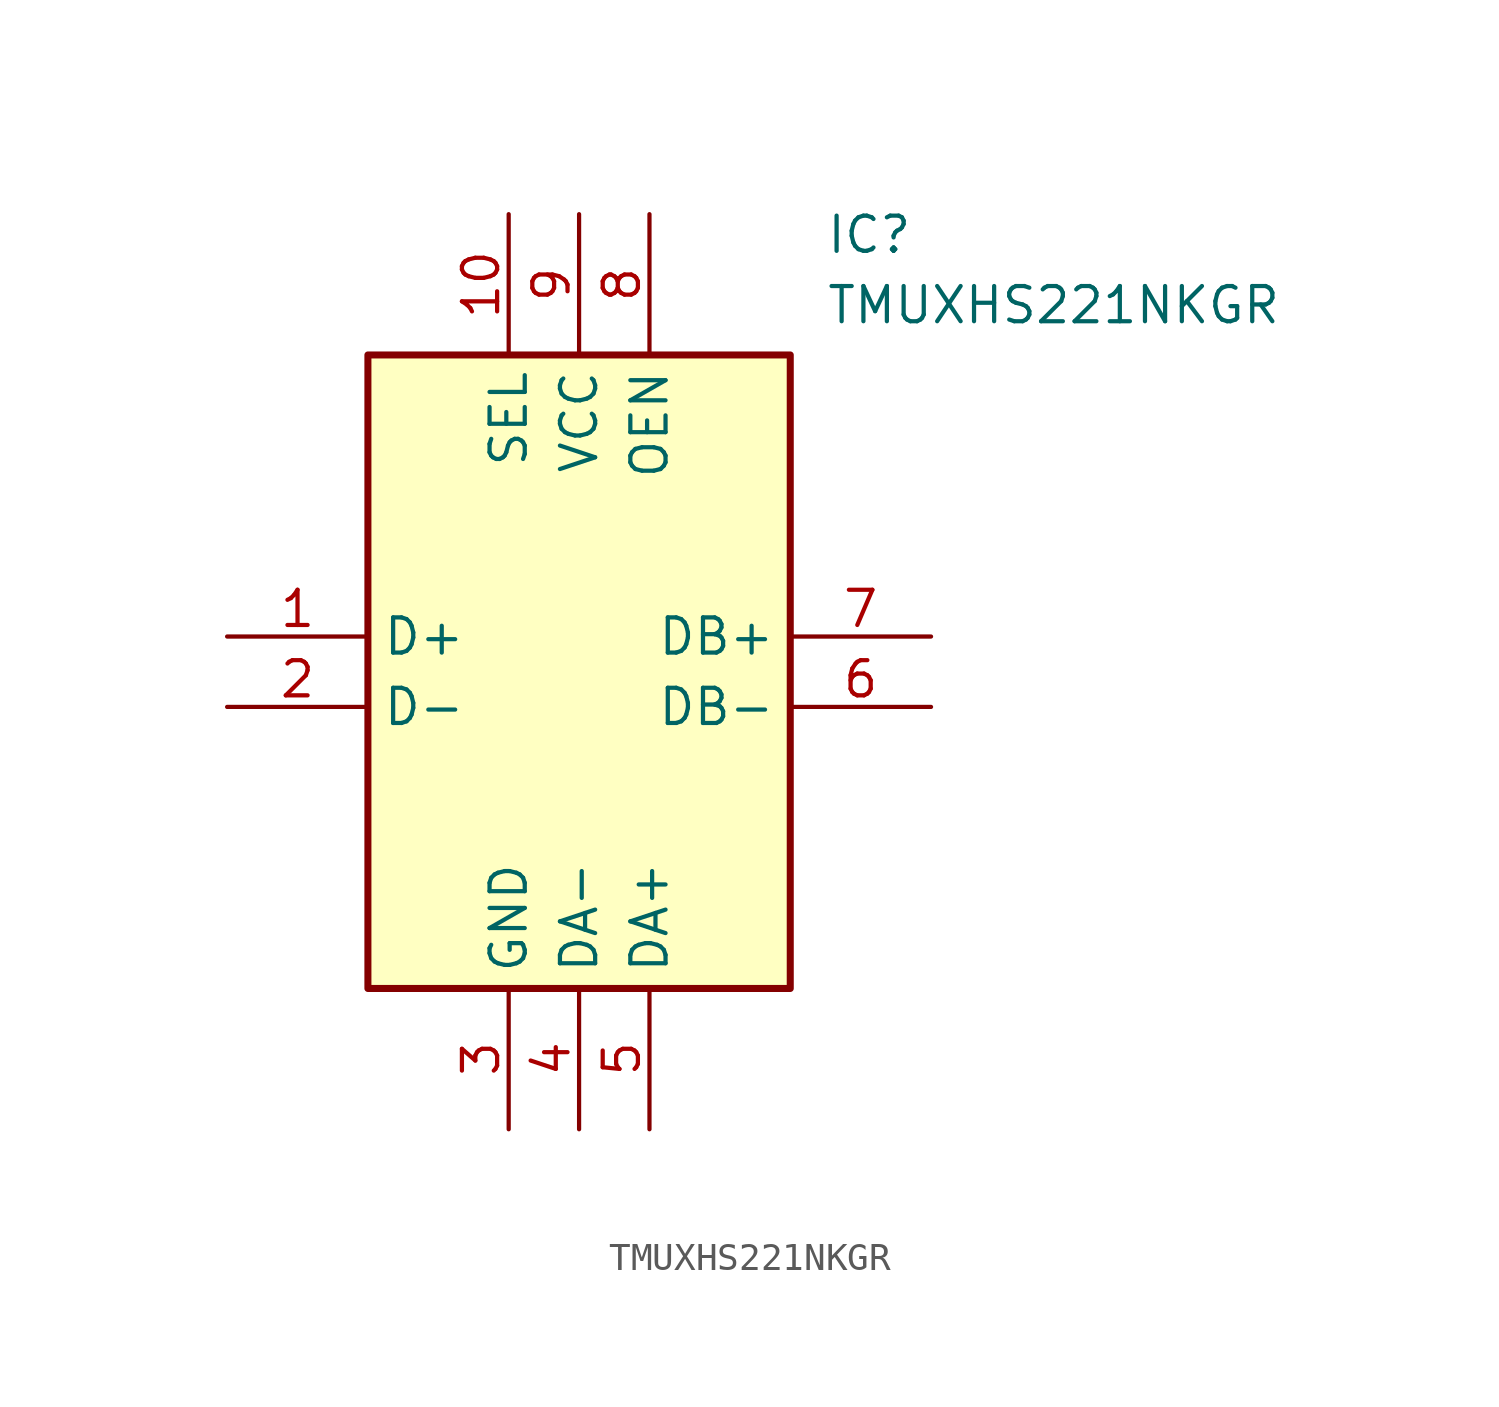
<source format=kicad_sym>
(kicad_symbol_lib
  (version 20211014)
  (generator SamacSys_ECAD_Model)
  (symbol "TMUXHS221NKGR"
    (property "Reference" "IC"
      (at 21.59 15.24 0)
      (effects (font (size 1.27 1.27)) (justify left top)))
    (property "Value" "TMUXHS221NKGR"
      (at 21.59 12.7 0)
      (effects (font (size 1.27 1.27)) (justify left top)))
    (rectangle
      (start 5.08 10.16)
      (end 20.32 -12.7)
      (stroke (width 0.254) (type default))
      (fill (type background)))
    (pin passive line
      (at 0 0 0)
      (length 5.08)
      (name "D+" (effects (font (size 1.27 1.27))))
      (number "1" (effects (font (size 1.27 1.27)))))
    (pin passive line
      (at 0 -2.54 0)
      (length 5.08)
      (name "D-" (effects (font (size 1.27 1.27))))
      (number "2" (effects (font (size 1.27 1.27)))))
    (pin passive line
      (at 10.16 -17.78 90)
      (length 5.08)
      (name "GND" (effects (font (size 1.27 1.27))))
      (number "3" (effects (font (size 1.27 1.27)))))
    (pin passive line
      (at 12.7 -17.78 90)
      (length 5.08)
      (name "DA-" (effects (font (size 1.27 1.27))))
      (number "4" (effects (font (size 1.27 1.27)))))
    (pin passive line
      (at 15.24 -17.78 90)
      (length 5.08)
      (name "DA+" (effects (font (size 1.27 1.27))))
      (number "5" (effects (font (size 1.27 1.27)))))
    (pin passive line
      (at 25.4 -2.54 180)
      (length 5.08)
      (name "DB-" (effects (font (size 1.27 1.27))))
      (number "6" (effects (font (size 1.27 1.27)))))
    (pin passive line
      (at 25.4 0 180)
      (length 5.08)
      (name "DB+" (effects (font (size 1.27 1.27))))
      (number "7" (effects (font (size 1.27 1.27)))))
    (pin passive line
      (at 15.24 15.24 270)
      (length 5.08)
      (name "OEN" (effects (font (size 1.27 1.27))))
      (number "8" (effects (font (size 1.27 1.27)))))
    (pin passive line
      (at 12.7 15.24 270)
      (length 5.08)
      (name "VCC" (effects (font (size 1.27 1.27))))
      (number "9" (effects (font (size 1.27 1.27)))))
    (pin passive line
      (at 10.16 15.24 270)
      (length 5.08)
      (name "SEL" (effects (font (size 1.27 1.27))))
      (number "10" (effects (font (size 1.27 1.27)))))))
</source>
